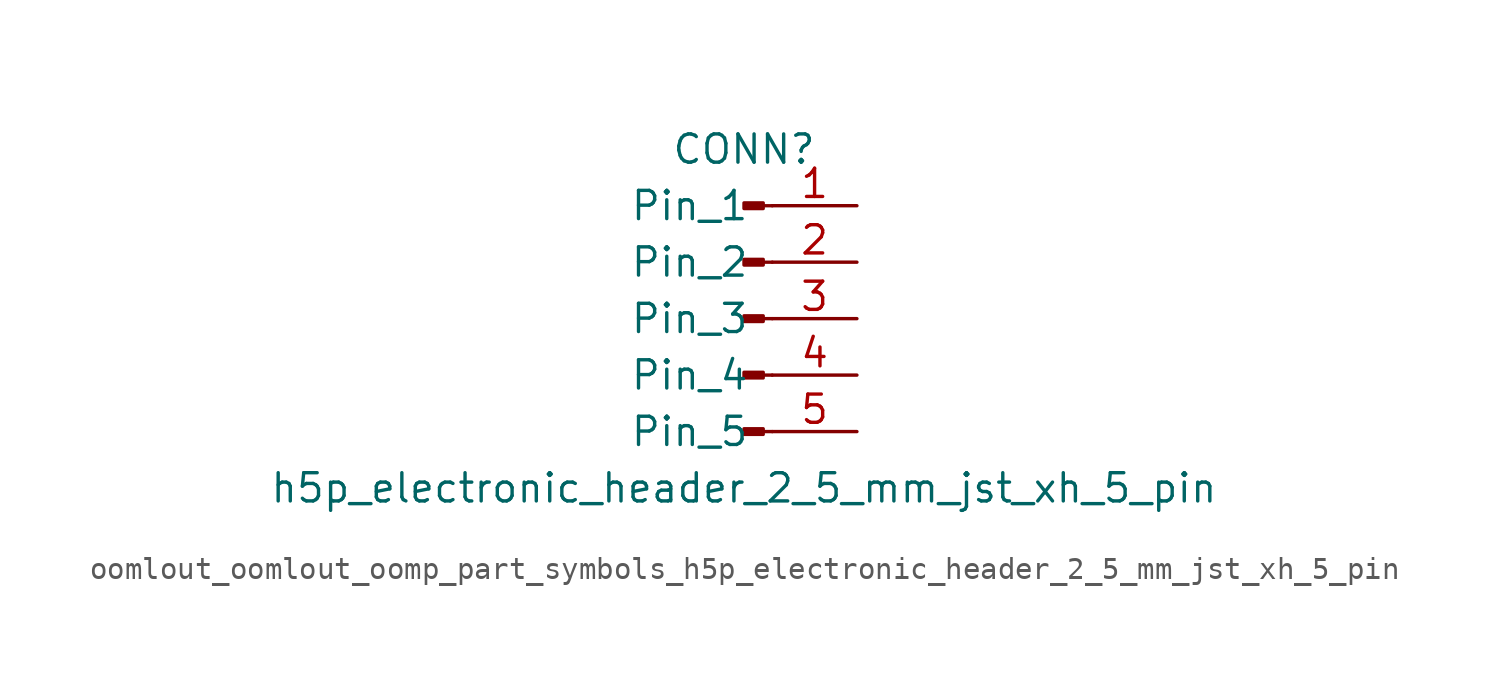
<source format=kicad_sym>
(kicad_symbol_lib
  (version 20220914)
  (generator kicad_symbol_editor)
  (symbol "oomlout_oomlout_oomp_part_symbols_h5p_electronic_header_2_5_mm_jst_xh_5_pin"
    (pin_names
      (offset 1.016))
    (property "Reference" "CONN"
      (at 0 7.62 0)
      (effects (font (size 1.27 1.27))))
    (property "Value" "h5p_electronic_header_2_5_mm_jst_xh_5_pin"
      (at 0 -7.62 0)
      (effects (font (size 1.27 1.27))))
    (property "ki_locked" ""
      (at 0 0 0)
      (effects (font (size 1.27 1.27))))
    (symbol "oomlout_oomlout_oomp_part_symbols_h5p_electronic_header_2_5_mm_jst_xh_5_pin_1_1"
      (polyline (pts (xy 1.27 -5.08) (xy 0.864 -5.08)) (stroke (width 0.152) (type default)) (fill (type none)))
      (polyline (pts (xy 1.27 -2.54) (xy 0.864 -2.54)) (stroke (width 0.152) (type default)) (fill (type none)))
      (polyline (pts (xy 1.27 0) (xy 0.864 0)) (stroke (width 0.152) (type default)) (fill (type none)))
      (polyline (pts (xy 1.27 2.54) (xy 0.864 2.54)) (stroke (width 0.152) (type default)) (fill (type none)))
      (polyline (pts (xy 1.27 5.08) (xy 0.864 5.08)) (stroke (width 0.152) (type default)) (fill (type none)))
      (rectangle (start 0.864 -4.953) (end 0 -5.207) (stroke (width 0.152) (type default)) (fill (type outline)))
      (rectangle (start 0.864 -2.413) (end 0 -2.667) (stroke (width 0.152) (type default)) (fill (type outline)))
      (rectangle (start 0.864 0.127) (end 0 -0.127) (stroke (width 0.152) (type default)) (fill (type outline)))
      (rectangle (start 0.864 2.667) (end 0 2.413) (stroke (width 0.152) (type default)) (fill (type outline)))
      (rectangle (start 0.864 5.207) (end 0 4.953) (stroke (width 0.152) (type default)) (fill (type outline)))
      (pin passive line (at 5.08 5.08 180) (length 3.81) (name "Pin_1" (effects (font (size 1.27 1.27)))) (number "1" (effects (font (size 1.27 1.27)))))
      (pin passive line (at 5.08 2.54 180) (length 3.81) (name "Pin_2" (effects (font (size 1.27 1.27)))) (number "2" (effects (font (size 1.27 1.27)))))
      (pin passive line (at 5.08 0 180) (length 3.81) (name "Pin_3" (effects (font (size 1.27 1.27)))) (number "3" (effects (font (size 1.27 1.27)))))
      (pin passive line (at 5.08 -2.54 180) (length 3.81) (name "Pin_4" (effects (font (size 1.27 1.27)))) (number "4" (effects (font (size 1.27 1.27)))))
      (pin passive line (at 5.08 -5.08 180) (length 3.81) (name "Pin_5" (effects (font (size 1.27 1.27)))) (number "5" (effects (font (size 1.27 1.27))))))))
</source>
